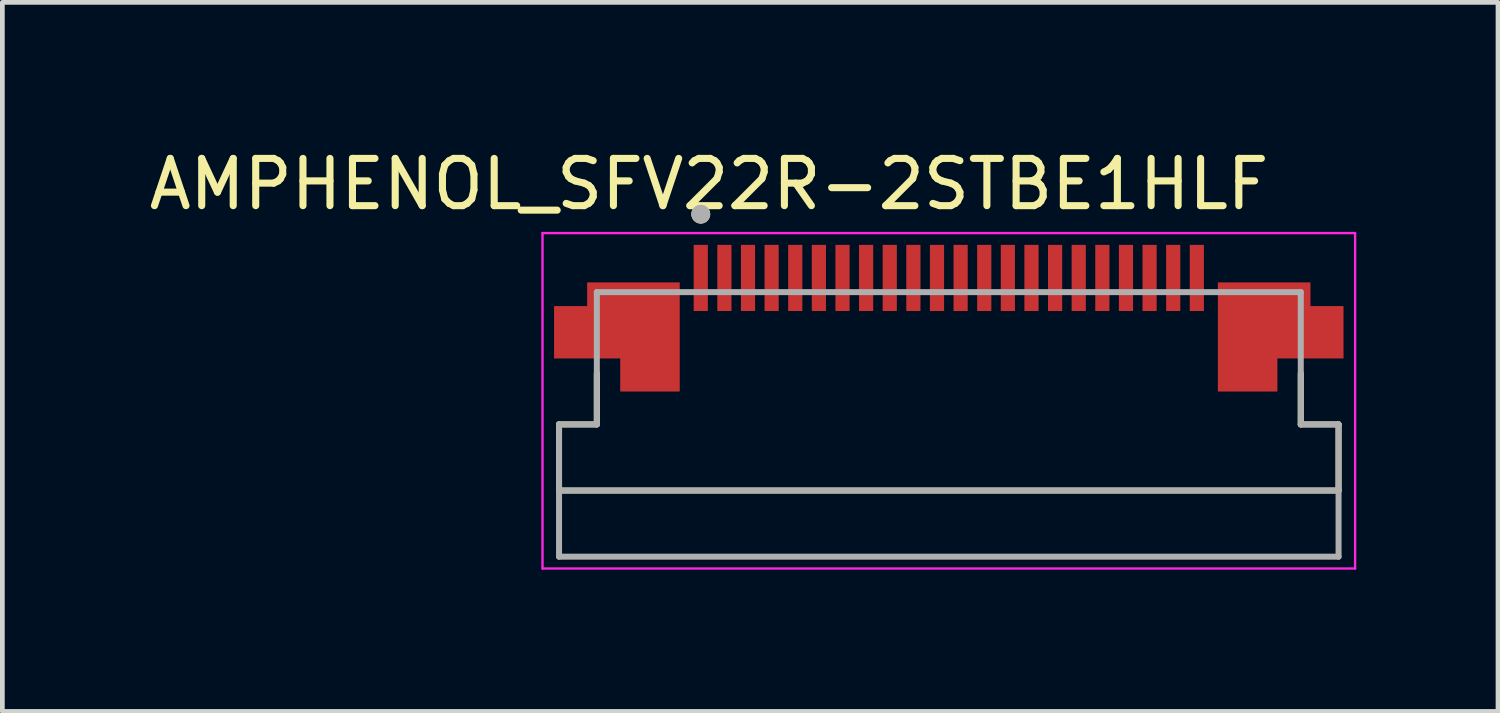
<source format=kicad_pcb>
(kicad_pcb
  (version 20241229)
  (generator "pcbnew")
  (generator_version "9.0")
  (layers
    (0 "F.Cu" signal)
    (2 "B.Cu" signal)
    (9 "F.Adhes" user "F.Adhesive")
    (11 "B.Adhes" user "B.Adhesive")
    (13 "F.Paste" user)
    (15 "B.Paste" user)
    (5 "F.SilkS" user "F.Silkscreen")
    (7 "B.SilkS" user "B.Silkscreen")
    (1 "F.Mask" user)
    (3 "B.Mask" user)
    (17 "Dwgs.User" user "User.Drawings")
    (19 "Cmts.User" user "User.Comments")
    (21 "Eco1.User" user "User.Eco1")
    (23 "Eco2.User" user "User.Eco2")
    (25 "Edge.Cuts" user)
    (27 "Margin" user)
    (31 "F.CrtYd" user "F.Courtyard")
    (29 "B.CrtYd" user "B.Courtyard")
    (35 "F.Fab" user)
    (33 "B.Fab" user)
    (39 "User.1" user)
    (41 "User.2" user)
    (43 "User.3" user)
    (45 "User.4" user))
  (footprint "AMPHENOL_SFV22R-2STBE1HLF"
    (layer "F.Cu")
    (at 17.033 5.233)
    (property "Reference" "AMPHENOL_SFV22R-2STBE1HLF" (at -5.075 -4.385 0) (layer "F.SilkS") (effects (font (size 1 1) (thickness 0.15))))
    (attr smd)
    (fp_poly (pts (xy -8.45 -1.9) (xy -8.45 -0.6) (xy -7.05 -0.6) (xy -7.05 0.1) (xy -5.6 0.1) (xy -5.6 -2.4) (xy -7.75 -2.4) (xy -7.75 -1.9)) (stroke (width 0.01) (type solid)) (fill yes) (layer "F.Mask"))
    (fp_poly (pts (xy 8.45 -1.9) (xy 8.45 -0.6) (xy 7.05 -0.6) (xy 7.05 0.1) (xy 5.6 0.1) (xy 5.6 -2.4) (xy 7.75 -2.4) (xy 7.75 -1.9)) (stroke (width 0.01) (type solid)) (fill yes) (layer "F.Mask"))
    (fp_line (start -8.25 0.7) (end -8.25 2.1) (stroke (width 0.127) (type solid)) (layer "F.SilkS"))
    (fp_line (start -8.25 2.1) (end 8.25 2.1) (stroke (width 0.127) (type solid)) (layer "F.SilkS"))
    (fp_line (start -7.45 -0.38) (end -7.45 0.7) (stroke (width 0.127) (type solid)) (layer "F.SilkS"))
    (fp_line (start -7.45 0.7) (end -8.25 0.7) (stroke (width 0.127) (type solid)) (layer "F.SilkS"))
    (fp_line (start 7.45 0.7) (end 7.45 -0.38) (stroke (width 0.127) (type solid)) (layer "F.SilkS"))
    (fp_line (start 8.25 0.7) (end 7.45 0.7) (stroke (width 0.127) (type solid)) (layer "F.SilkS"))
    (fp_line (start 8.25 2.1) (end 8.25 0.7) (stroke (width 0.127) (type solid)) (layer "F.SilkS"))
    (fp_circle (center -5.25 -3.75) (end -5.15 -3.75) (stroke (width 0.2) (type solid)) (fill no) (layer "F.SilkS"))
    (fp_poly (pts (xy -8.35 -1.8) (xy -8.35 -0.7) (xy -6.95 -0.7) (xy -6.95 0) (xy -5.7 0) (xy -5.7 -2.3) (xy -7.65 -2.3) (xy -7.65 -1.8)) (stroke (width 0.01) (type solid)) (fill yes) (layer "F.Paste"))
    (fp_poly (pts (xy 8.35 -1.8) (xy 8.35 -0.7) (xy 6.95 -0.7) (xy 6.95 0) (xy 5.7 0) (xy 5.7 -2.3) (xy 7.65 -2.3) (xy 7.65 -1.8)) (stroke (width 0.01) (type solid)) (fill yes) (layer "F.Paste"))
    (fp_line (start -8.6 -3.35) (end -8.6 3.75) (stroke (width 0.05) (type solid)) (layer "F.CrtYd"))
    (fp_line (start -8.6 3.75) (end 8.6 3.75) (stroke (width 0.05) (type solid)) (layer "F.CrtYd"))
    (fp_line (start 8.6 -3.35) (end -8.6 -3.35) (stroke (width 0.05) (type solid)) (layer "F.CrtYd"))
    (fp_line (start 8.6 3.75) (end 8.6 -3.35) (stroke (width 0.05) (type solid)) (layer "F.CrtYd"))
    (fp_line (start -8.25 0.7) (end -7.45 0.7) (stroke (width 0.127) (type solid)) (layer "F.Fab"))
    (fp_line (start -8.25 2.1) (end -8.25 0.7) (stroke (width 0.127) (type solid)) (layer "F.Fab"))
    (fp_line (start -8.25 3.5) (end -8.25 2.1) (stroke (width 0.127) (type solid)) (layer "F.Fab"))
    (fp_line (start -7.45 -2.1) (end 7.45 -2.1) (stroke (width 0.127) (type solid)) (layer "F.Fab"))
    (fp_line (start -7.45 0.7) (end -7.45 -2.1) (stroke (width 0.127) (type solid)) (layer "F.Fab"))
    (fp_line (start 7.45 -2.1) (end 7.45 0.7) (stroke (width 0.127) (type solid)) (layer "F.Fab"))
    (fp_line (start 7.45 0.7) (end 8.25 0.7) (stroke (width 0.127) (type solid)) (layer "F.Fab"))
    (fp_line (start 8.25 0.7) (end 8.25 2.1) (stroke (width 0.127) (type solid)) (layer "F.Fab"))
    (fp_line (start 8.25 2.1) (end -8.25 2.1) (stroke (width 0.127) (type solid)) (layer "F.Fab"))
    (fp_line (start 8.25 2.1) (end 8.25 3.5) (stroke (width 0.127) (type solid)) (layer "F.Fab"))
    (fp_line (start 8.25 3.5) (end -8.25 3.5) (stroke (width 0.127) (type solid)) (layer "F.Fab"))
    (fp_circle (center -5.25 -3.75) (end -5.15 -3.75) (stroke (width 0.2) (type solid)) (fill no) (layer "F.Fab"))
    (pad "1" smd rect (at -5.25 -2.4) (size 0.3 1.4) (layers "F.Cu" "F.Mask" "F.Paste"))
    (pad "2" smd rect (at -4.75 -2.4) (size 0.3 1.4) (layers "F.Cu" "F.Mask" "F.Paste"))
    (pad "3" smd rect (at -4.25 -2.4) (size 0.3 1.4) (layers "F.Cu" "F.Mask" "F.Paste"))
    (pad "4" smd rect (at -3.75 -2.4) (size 0.3 1.4) (layers "F.Cu" "F.Mask" "F.Paste"))
    (pad "5" smd rect (at -3.25 -2.4) (size 0.3 1.4) (layers "F.Cu" "F.Mask" "F.Paste"))
    (pad "6" smd rect (at -2.75 -2.4) (size 0.3 1.4) (layers "F.Cu" "F.Mask" "F.Paste"))
    (pad "7" smd rect (at -2.25 -2.4) (size 0.3 1.4) (layers "F.Cu" "F.Mask" "F.Paste"))
    (pad "8" smd rect (at -1.75 -2.4) (size 0.3 1.4) (layers "F.Cu" "F.Mask" "F.Paste"))
    (pad "9" smd rect (at -1.25 -2.4) (size 0.3 1.4) (layers "F.Cu" "F.Mask" "F.Paste"))
    (pad "10" smd rect (at -0.75 -2.4) (size 0.3 1.4) (layers "F.Cu" "F.Mask" "F.Paste"))
    (pad "11" smd rect (at -0.25 -2.4) (size 0.3 1.4) (layers "F.Cu" "F.Mask" "F.Paste"))
    (pad "12" smd rect (at 0.25 -2.4) (size 0.3 1.4) (layers "F.Cu" "F.Mask" "F.Paste"))
    (pad "13" smd rect (at 0.75 -2.4) (size 0.3 1.4) (layers "F.Cu" "F.Mask" "F.Paste"))
    (pad "14" smd rect (at 1.25 -2.4) (size 0.3 1.4) (layers "F.Cu" "F.Mask" "F.Paste"))
    (pad "15" smd rect (at 1.75 -2.4) (size 0.3 1.4) (layers "F.Cu" "F.Mask" "F.Paste"))
    (pad "16" smd rect (at 2.25 -2.4) (size 0.3 1.4) (layers "F.Cu" "F.Mask" "F.Paste"))
    (pad "17" smd rect (at 2.75 -2.4) (size 0.3 1.4) (layers "F.Cu" "F.Mask" "F.Paste"))
    (pad "18" smd rect (at 3.25 -2.4) (size 0.3 1.4) (layers "F.Cu" "F.Mask" "F.Paste"))
    (pad "19" smd rect (at 3.75 -2.4) (size 0.3 1.4) (layers "F.Cu" "F.Mask" "F.Paste"))
    (pad "20" smd rect (at 4.25 -2.4) (size 0.3 1.4) (layers "F.Cu" "F.Mask" "F.Paste"))
    (pad "21" smd rect (at 4.75 -2.4) (size 0.3 1.4) (layers "F.Cu" "F.Mask" "F.Paste"))
    (pad "22" smd rect (at 5.25 -2.4) (size 0.3 1.4) (layers "F.Cu" "F.Mask" "F.Paste"))
    (pad "SH1" smd custom (at -7.025 -1.4) (size 1 1) (layers "F.Cu") (options (anchor rect)) (primitives (gr_poly (pts (xy -1.325 -0.4) (xy -1.325 0.7) (xy 0.075 0.7) (xy 0.075 1.4) (xy 1.325 1.4) (xy 1.325 -0.9) (xy -0.625 -0.9) (xy -0.625 -0.4)) (width 0.01) (fill yes))))
    (pad "SH2" smd custom (at 7.025 -1.4) (size 1 1) (layers "F.Cu") (options (anchor rect)) (primitives (gr_poly (pts (xy 1.325 -0.4) (xy 1.325 0.7) (xy -0.075 0.7) (xy -0.075 1.4) (xy -1.325 1.4) (xy -1.325 -0.9) (xy 0.625 -0.9) (xy 0.625 -0.4)) (width 0.01) (fill yes)))))
  (gr_rect
    (start -3 -3)
    (end 28.658 12.008)
    (stroke (width 0.1) (type default))
    (fill no)
    (layer "Edge.Cuts")))
</source>
